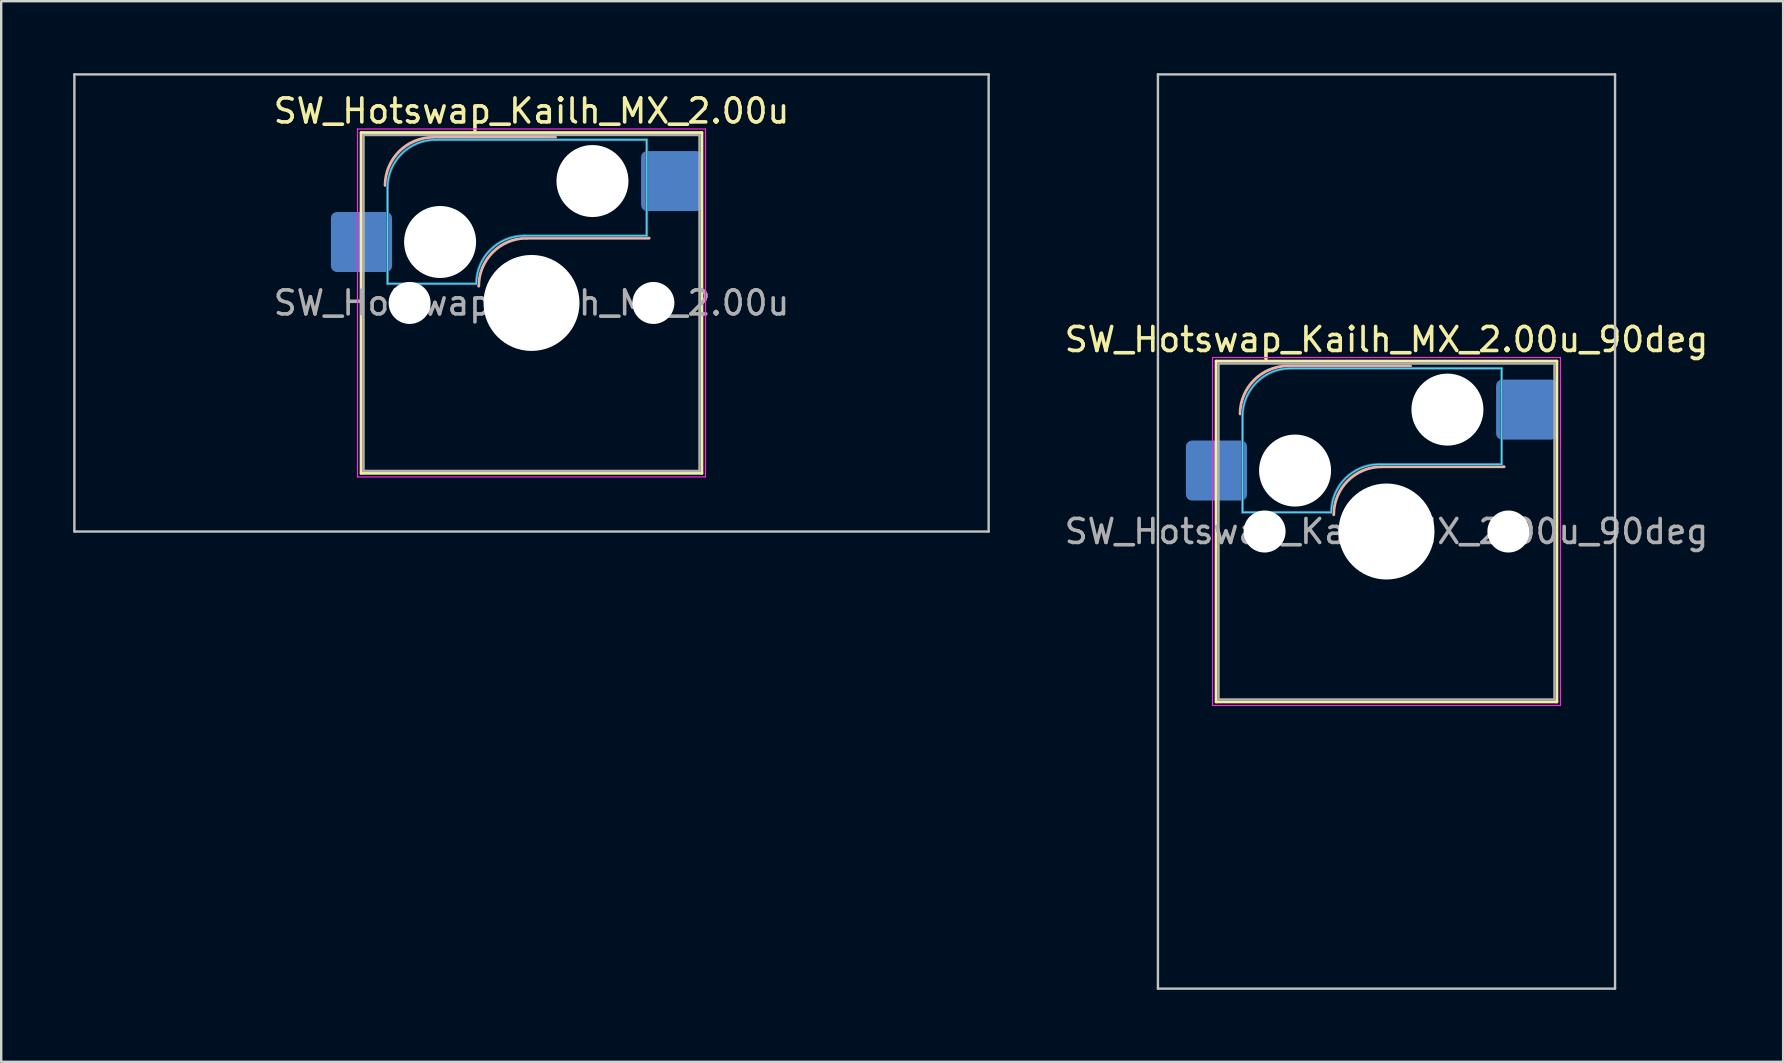
<source format=kicad_pcb>
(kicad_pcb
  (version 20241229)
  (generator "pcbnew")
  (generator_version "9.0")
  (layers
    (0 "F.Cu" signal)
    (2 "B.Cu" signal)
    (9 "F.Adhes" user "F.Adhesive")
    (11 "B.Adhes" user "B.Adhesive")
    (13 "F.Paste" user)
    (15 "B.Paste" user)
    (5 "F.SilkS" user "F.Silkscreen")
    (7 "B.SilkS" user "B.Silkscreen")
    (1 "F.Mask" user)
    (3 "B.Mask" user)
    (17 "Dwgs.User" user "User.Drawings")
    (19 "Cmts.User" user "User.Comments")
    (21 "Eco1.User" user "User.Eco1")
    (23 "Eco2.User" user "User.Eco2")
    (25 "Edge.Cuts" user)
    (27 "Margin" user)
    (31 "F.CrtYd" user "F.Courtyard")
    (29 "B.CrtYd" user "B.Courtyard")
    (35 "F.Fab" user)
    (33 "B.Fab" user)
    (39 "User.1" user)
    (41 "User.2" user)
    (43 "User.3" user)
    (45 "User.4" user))
  (footprint "SW_Hotswap_Kailh_MX_2.00u_90deg"
    (layer "F.Cu")
    (at 54.73 19.1)
    (property "Reference" "SW_Hotswap_Kailh_MX_2.00u_90deg" (at 0 -8 0) (layer "F.SilkS") (effects (font (size 1 1) (thickness 0.15))))
    (attr smd)
    (fp_line (start -7.1 -7.1) (end -7.1 7.1) (stroke (width 0.12) (type solid)) (layer "F.SilkS"))
    (fp_line (start -7.1 7.1) (end 7.1 7.1) (stroke (width 0.12) (type solid)) (layer "F.SilkS"))
    (fp_line (start 7.1 -7.1) (end -7.1 -7.1) (stroke (width 0.12) (type solid)) (layer "F.SilkS"))
    (fp_line (start 7.1 7.1) (end 7.1 -7.1) (stroke (width 0.12) (type solid)) (layer "F.SilkS"))
    (fp_line (start -4.1 -6.9) (end 1 -6.9) (stroke (width 0.12) (type solid)) (layer "B.SilkS"))
    (fp_line (start -0.2 -2.7) (end 4.9 -2.7) (stroke (width 0.12) (type solid)) (layer "B.SilkS"))
    (fp_arc (start -6.1 -4.9) (mid -5.514214 -6.314214) (end -4.1 -6.9) (stroke (width 0.12) (type solid)) (layer "B.SilkS"))
    (fp_arc (start -2.2 -0.7) (mid -1.614214 -2.114214) (end -0.2 -2.7) (stroke (width 0.12) (type solid)) (layer "B.SilkS"))
    (fp_line (start -9.525 -19.05) (end 9.525 -19.05) (stroke (width 0.1) (type solid)) (layer "Dwgs.User"))
    (fp_line (start -9.525 19.05) (end -9.525 -19.05) (stroke (width 0.1) (type solid)) (layer "Dwgs.User"))
    (fp_line (start 9.525 -19.05) (end 9.525 19.05) (stroke (width 0.1) (type solid)) (layer "Dwgs.User"))
    (fp_line (start 9.525 19.05) (end -9.525 19.05) (stroke (width 0.1) (type solid)) (layer "Dwgs.User"))
    (fp_line (start -7.8 -6) (end -7 -6) (stroke (width 0.1) (type solid)) (layer "Eco1.User"))
    (fp_line (start -7.8 -2.9) (end -7.8 -6) (stroke (width 0.1) (type solid)) (layer "Eco1.User"))
    (fp_line (start -7.8 2.9) (end -7 2.9) (stroke (width 0.1) (type solid)) (layer "Eco1.User"))
    (fp_line (start -7.8 6) (end -7.8 2.9) (stroke (width 0.1) (type solid)) (layer "Eco1.User"))
    (fp_line (start -7 -7) (end 7 -7) (stroke (width 0.1) (type solid)) (layer "Eco1.User"))
    (fp_line (start -7 -6) (end -7 -7) (stroke (width 0.1) (type solid)) (layer "Eco1.User"))
    (fp_line (start -7 -2.9) (end -7.8 -2.9) (stroke (width 0.1) (type solid)) (layer "Eco1.User"))
    (fp_line (start -7 2.9) (end -7 -2.9) (stroke (width 0.1) (type solid)) (layer "Eco1.User"))
    (fp_line (start -7 6) (end -7.8 6) (stroke (width 0.1) (type solid)) (layer "Eco1.User"))
    (fp_line (start -7 7) (end -7 6) (stroke (width 0.1) (type solid)) (layer "Eco1.User"))
    (fp_line (start 7 -7) (end 7 -6) (stroke (width 0.1) (type solid)) (layer "Eco1.User"))
    (fp_line (start 7 -6) (end 7.8 -6) (stroke (width 0.1) (type solid)) (layer "Eco1.User"))
    (fp_line (start 7 -2.9) (end 7 2.9) (stroke (width 0.1) (type solid)) (layer "Eco1.User"))
    (fp_line (start 7 2.9) (end 7.8 2.9) (stroke (width 0.1) (type solid)) (layer "Eco1.User"))
    (fp_line (start 7 6) (end 7 7) (stroke (width 0.1) (type solid)) (layer "Eco1.User"))
    (fp_line (start 7 7) (end -7 7) (stroke (width 0.1) (type solid)) (layer "Eco1.User"))
    (fp_line (start 7.8 -6) (end 7.8 -2.9) (stroke (width 0.1) (type solid)) (layer "Eco1.User"))
    (fp_line (start 7.8 -2.9) (end 7 -2.9) (stroke (width 0.1) (type solid)) (layer "Eco1.User"))
    (fp_line (start 7.8 2.9) (end 7.8 6) (stroke (width 0.1) (type solid)) (layer "Eco1.User"))
    (fp_line (start 7.8 6) (end 7 6) (stroke (width 0.1) (type solid)) (layer "Eco1.User"))
    (fp_line (start -6 -0.8) (end -6 -4.8) (stroke (width 0.05) (type solid)) (layer "B.CrtYd"))
    (fp_line (start -6 -0.8) (end -2.3 -0.8) (stroke (width 0.05) (type solid)) (layer "B.CrtYd"))
    (fp_line (start -4 -6.8) (end 4.8 -6.8) (stroke (width 0.05) (type solid)) (layer "B.CrtYd"))
    (fp_line (start -0.3 -2.8) (end 4.8 -2.8) (stroke (width 0.05) (type solid)) (layer "B.CrtYd"))
    (fp_line (start 4.8 -6.8) (end 4.8 -2.8) (stroke (width 0.05) (type solid)) (layer "B.CrtYd"))
    (fp_arc (start -6 -4.8) (mid -5.414214 -6.214214) (end -4 -6.8) (stroke (width 0.05) (type solid)) (layer "B.CrtYd"))
    (fp_arc (start -2.3 -0.8) (mid -1.714214 -2.214214) (end -0.3 -2.8) (stroke (width 0.05) (type solid)) (layer "B.CrtYd"))
    (fp_line (start -7.25 -7.25) (end -7.25 7.25) (stroke (width 0.05) (type solid)) (layer "F.CrtYd"))
    (fp_line (start -7.25 7.25) (end 7.25 7.25) (stroke (width 0.05) (type solid)) (layer "F.CrtYd"))
    (fp_line (start 7.25 -7.25) (end -7.25 -7.25) (stroke (width 0.05) (type solid)) (layer "F.CrtYd"))
    (fp_line (start 7.25 7.25) (end 7.25 -7.25) (stroke (width 0.05) (type solid)) (layer "F.CrtYd"))
    (fp_line (start -6 -0.8) (end -6 -4.8) (stroke (width 0.12) (type solid)) (layer "B.Fab"))
    (fp_line (start -6 -0.8) (end -2.3 -0.8) (stroke (width 0.12) (type solid)) (layer "B.Fab"))
    (fp_line (start -4 -6.8) (end 4.8 -6.8) (stroke (width 0.12) (type solid)) (layer "B.Fab"))
    (fp_line (start -0.3 -2.8) (end 4.8 -2.8) (stroke (width 0.12) (type solid)) (layer "B.Fab"))
    (fp_line (start 4.8 -6.8) (end 4.8 -2.8) (stroke (width 0.12) (type solid)) (layer "B.Fab"))
    (fp_arc (start -6 -4.8) (mid -5.414214 -6.214214) (end -4 -6.8) (stroke (width 0.12) (type solid)) (layer "B.Fab"))
    (fp_arc (start -2.3 -0.8) (mid -1.714214 -2.214214) (end -0.3 -2.8) (stroke (width 0.12) (type solid)) (layer "B.Fab"))
    (fp_line (start -7 -7) (end -7 7) (stroke (width 0.1) (type solid)) (layer "F.Fab"))
    (fp_line (start -7 7) (end 7 7) (stroke (width 0.1) (type solid)) (layer "F.Fab"))
    (fp_line (start 7 -7) (end -7 -7) (stroke (width 0.1) (type solid)) (layer "F.Fab"))
    (fp_line (start 7 7) (end 7 -7) (stroke (width 0.1) (type solid)) (layer "F.Fab"))
    (fp_text user "${REFERENCE}" (at 0 0 0) (layer "F.Fab") (effects (font (size 1 1) (thickness 0.15))))
    (pad "" np_thru_hole circle (at -5.08 0) (size 1.75 1.75) (drill 1.75) (layers "*.Cu" "*.Mask"))
    (pad "" np_thru_hole circle (at -3.81 -2.54) (size 3 3) (drill 3) (layers "*.Cu" "*.Mask"))
    (pad "" np_thru_hole circle (at 0 0) (size 4 4) (drill 4) (layers "*.Cu" "*.Mask"))
    (pad "" np_thru_hole circle (at 2.54 -5.08) (size 3 3) (drill 3) (layers "*.Cu" "*.Mask"))
    (pad "" np_thru_hole circle (at 5.08 0) (size 1.75 1.75) (drill 1.75) (layers "*.Cu" "*.Mask"))
    (pad "1" smd roundrect (at -7.085 -2.54) (size 2.55 2.5) (layers "B.Cu" "B.Mask" "B.Paste") (roundrect_rratio 0.1))
    (pad "2" smd roundrect (at 5.842 -5.08) (size 2.55 2.5) (layers "B.Cu" "B.Mask" "B.Paste") (roundrect_rratio 0.1)))
  (footprint "SW_Hotswap_Kailh_MX_2.00u"
    (layer "F.Cu")
    (at 19.1 9.575)
    (property "Reference" "SW_Hotswap_Kailh_MX_2.00u" (at 0 -8 0) (layer "F.SilkS") (effects (font (size 1 1) (thickness 0.15))))
    (attr smd)
    (fp_line (start -7.1 -7.1) (end -7.1 7.1) (stroke (width 0.12) (type solid)) (layer "F.SilkS"))
    (fp_line (start -7.1 7.1) (end 7.1 7.1) (stroke (width 0.12) (type solid)) (layer "F.SilkS"))
    (fp_line (start 7.1 -7.1) (end -7.1 -7.1) (stroke (width 0.12) (type solid)) (layer "F.SilkS"))
    (fp_line (start 7.1 7.1) (end 7.1 -7.1) (stroke (width 0.12) (type solid)) (layer "F.SilkS"))
    (fp_line (start -4.1 -6.9) (end 1 -6.9) (stroke (width 0.12) (type solid)) (layer "B.SilkS"))
    (fp_line (start -0.2 -2.7) (end 4.9 -2.7) (stroke (width 0.12) (type solid)) (layer "B.SilkS"))
    (fp_arc (start -6.1 -4.9) (mid -5.514214 -6.314214) (end -4.1 -6.9) (stroke (width 0.12) (type solid)) (layer "B.SilkS"))
    (fp_arc (start -2.2 -0.7) (mid -1.614214 -2.114214) (end -0.2 -2.7) (stroke (width 0.12) (type solid)) (layer "B.SilkS"))
    (fp_line (start -19.05 -9.525) (end -19.05 9.525) (stroke (width 0.1) (type solid)) (layer "Dwgs.User"))
    (fp_line (start -19.05 9.525) (end 19.05 9.525) (stroke (width 0.1) (type solid)) (layer "Dwgs.User"))
    (fp_line (start 19.05 -9.525) (end -19.05 -9.525) (stroke (width 0.1) (type solid)) (layer "Dwgs.User"))
    (fp_line (start 19.05 9.525) (end 19.05 -9.525) (stroke (width 0.1) (type solid)) (layer "Dwgs.User"))
    (fp_line (start -7.8 -6) (end -7 -6) (stroke (width 0.1) (type solid)) (layer "Eco1.User"))
    (fp_line (start -7.8 -2.9) (end -7.8 -6) (stroke (width 0.1) (type solid)) (layer "Eco1.User"))
    (fp_line (start -7.8 2.9) (end -7 2.9) (stroke (width 0.1) (type solid)) (layer "Eco1.User"))
    (fp_line (start -7.8 6) (end -7.8 2.9) (stroke (width 0.1) (type solid)) (layer "Eco1.User"))
    (fp_line (start -7 -7) (end 7 -7) (stroke (width 0.1) (type solid)) (layer "Eco1.User"))
    (fp_line (start -7 -6) (end -7 -7) (stroke (width 0.1) (type solid)) (layer "Eco1.User"))
    (fp_line (start -7 -2.9) (end -7.8 -2.9) (stroke (width 0.1) (type solid)) (layer "Eco1.User"))
    (fp_line (start -7 2.9) (end -7 -2.9) (stroke (width 0.1) (type solid)) (layer "Eco1.User"))
    (fp_line (start -7 6) (end -7.8 6) (stroke (width 0.1) (type solid)) (layer "Eco1.User"))
    (fp_line (start -7 7) (end -7 6) (stroke (width 0.1) (type solid)) (layer "Eco1.User"))
    (fp_line (start 7 -7) (end 7 -6) (stroke (width 0.1) (type solid)) (layer "Eco1.User"))
    (fp_line (start 7 -6) (end 7.8 -6) (stroke (width 0.1) (type solid)) (layer "Eco1.User"))
    (fp_line (start 7 -2.9) (end 7 2.9) (stroke (width 0.1) (type solid)) (layer "Eco1.User"))
    (fp_line (start 7 2.9) (end 7.8 2.9) (stroke (width 0.1) (type solid)) (layer "Eco1.User"))
    (fp_line (start 7 6) (end 7 7) (stroke (width 0.1) (type solid)) (layer "Eco1.User"))
    (fp_line (start 7 7) (end -7 7) (stroke (width 0.1) (type solid)) (layer "Eco1.User"))
    (fp_line (start 7.8 -6) (end 7.8 -2.9) (stroke (width 0.1) (type solid)) (layer "Eco1.User"))
    (fp_line (start 7.8 -2.9) (end 7 -2.9) (stroke (width 0.1) (type solid)) (layer "Eco1.User"))
    (fp_line (start 7.8 2.9) (end 7.8 6) (stroke (width 0.1) (type solid)) (layer "Eco1.User"))
    (fp_line (start 7.8 6) (end 7 6) (stroke (width 0.1) (type solid)) (layer "Eco1.User"))
    (fp_line (start -6 -0.8) (end -6 -4.8) (stroke (width 0.05) (type solid)) (layer "B.CrtYd"))
    (fp_line (start -6 -0.8) (end -2.3 -0.8) (stroke (width 0.05) (type solid)) (layer "B.CrtYd"))
    (fp_line (start -4 -6.8) (end 4.8 -6.8) (stroke (width 0.05) (type solid)) (layer "B.CrtYd"))
    (fp_line (start -0.3 -2.8) (end 4.8 -2.8) (stroke (width 0.05) (type solid)) (layer "B.CrtYd"))
    (fp_line (start 4.8 -6.8) (end 4.8 -2.8) (stroke (width 0.05) (type solid)) (layer "B.CrtYd"))
    (fp_arc (start -6 -4.8) (mid -5.414214 -6.214214) (end -4 -6.8) (stroke (width 0.05) (type solid)) (layer "B.CrtYd"))
    (fp_arc (start -2.3 -0.8) (mid -1.714214 -2.214214) (end -0.3 -2.8) (stroke (width 0.05) (type solid)) (layer "B.CrtYd"))
    (fp_line (start -7.25 -7.25) (end -7.25 7.25) (stroke (width 0.05) (type solid)) (layer "F.CrtYd"))
    (fp_line (start -7.25 7.25) (end 7.25 7.25) (stroke (width 0.05) (type solid)) (layer "F.CrtYd"))
    (fp_line (start 7.25 -7.25) (end -7.25 -7.25) (stroke (width 0.05) (type solid)) (layer "F.CrtYd"))
    (fp_line (start 7.25 7.25) (end 7.25 -7.25) (stroke (width 0.05) (type solid)) (layer "F.CrtYd"))
    (fp_line (start -6 -0.8) (end -6 -4.8) (stroke (width 0.12) (type solid)) (layer "B.Fab"))
    (fp_line (start -6 -0.8) (end -2.3 -0.8) (stroke (width 0.12) (type solid)) (layer "B.Fab"))
    (fp_line (start -4 -6.8) (end 4.8 -6.8) (stroke (width 0.12) (type solid)) (layer "B.Fab"))
    (fp_line (start -0.3 -2.8) (end 4.8 -2.8) (stroke (width 0.12) (type solid)) (layer "B.Fab"))
    (fp_line (start 4.8 -6.8) (end 4.8 -2.8) (stroke (width 0.12) (type solid)) (layer "B.Fab"))
    (fp_arc (start -6 -4.8) (mid -5.414214 -6.214214) (end -4 -6.8) (stroke (width 0.12) (type solid)) (layer "B.Fab"))
    (fp_arc (start -2.3 -0.8) (mid -1.714214 -2.214214) (end -0.3 -2.8) (stroke (width 0.12) (type solid)) (layer "B.Fab"))
    (fp_line (start -7 -7) (end -7 7) (stroke (width 0.1) (type solid)) (layer "F.Fab"))
    (fp_line (start -7 7) (end 7 7) (stroke (width 0.1) (type solid)) (layer "F.Fab"))
    (fp_line (start 7 -7) (end -7 -7) (stroke (width 0.1) (type solid)) (layer "F.Fab"))
    (fp_line (start 7 7) (end 7 -7) (stroke (width 0.1) (type solid)) (layer "F.Fab"))
    (fp_text user "${REFERENCE}" (at 0 0 0) (layer "F.Fab") (effects (font (size 1 1) (thickness 0.15))))
    (pad "" np_thru_hole circle (at -5.08 0) (size 1.75 1.75) (drill 1.75) (layers "*.Cu" "*.Mask"))
    (pad "" np_thru_hole circle (at -3.81 -2.54) (size 3 3) (drill 3) (layers "*.Cu" "*.Mask"))
    (pad "" np_thru_hole circle (at 0 0) (size 4 4) (drill 4) (layers "*.Cu" "*.Mask"))
    (pad "" np_thru_hole circle (at 2.54 -5.08) (size 3 3) (drill 3) (layers "*.Cu" "*.Mask"))
    (pad "" np_thru_hole circle (at 5.08 0) (size 1.75 1.75) (drill 1.75) (layers "*.Cu" "*.Mask"))
    (pad "1" smd roundrect (at -7.085 -2.54) (size 2.55 2.5) (layers "B.Cu" "B.Mask" "B.Paste") (roundrect_rratio 0.1))
    (pad "2" smd roundrect (at 5.842 -5.08) (size 2.55 2.5) (layers "B.Cu" "B.Mask" "B.Paste") (roundrect_rratio 0.1)))
  (gr_rect
    (start -3 -3)
    (end 71.26 41.2)
    (stroke (width 0.1) (type default))
    (fill no)
    (layer "Edge.Cuts")))
</source>
